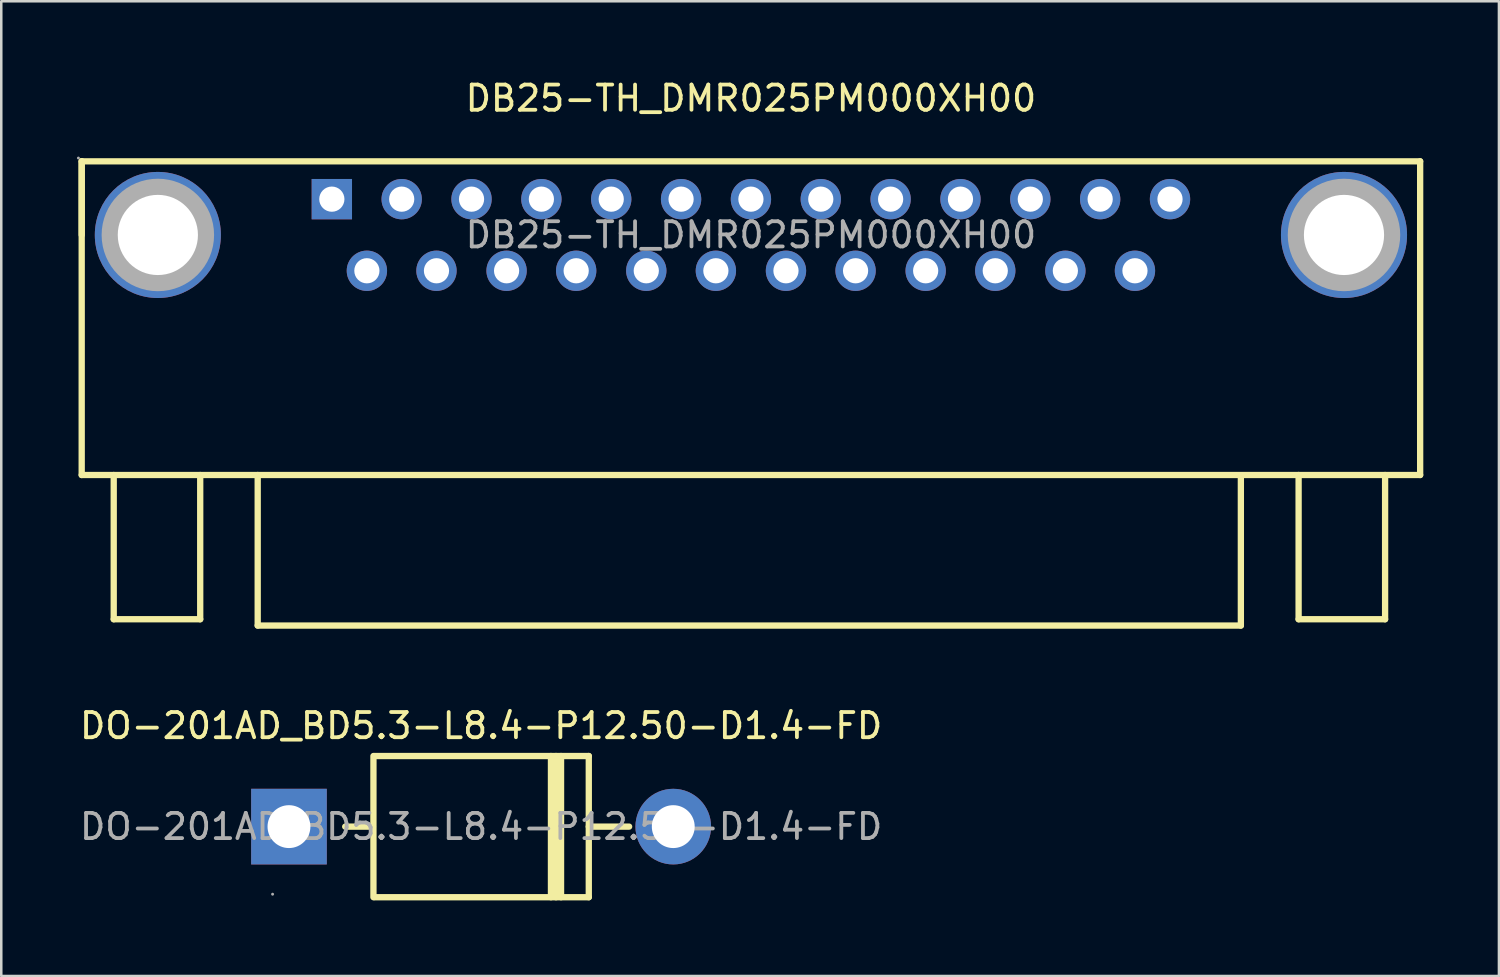
<source format=kicad_pcb>
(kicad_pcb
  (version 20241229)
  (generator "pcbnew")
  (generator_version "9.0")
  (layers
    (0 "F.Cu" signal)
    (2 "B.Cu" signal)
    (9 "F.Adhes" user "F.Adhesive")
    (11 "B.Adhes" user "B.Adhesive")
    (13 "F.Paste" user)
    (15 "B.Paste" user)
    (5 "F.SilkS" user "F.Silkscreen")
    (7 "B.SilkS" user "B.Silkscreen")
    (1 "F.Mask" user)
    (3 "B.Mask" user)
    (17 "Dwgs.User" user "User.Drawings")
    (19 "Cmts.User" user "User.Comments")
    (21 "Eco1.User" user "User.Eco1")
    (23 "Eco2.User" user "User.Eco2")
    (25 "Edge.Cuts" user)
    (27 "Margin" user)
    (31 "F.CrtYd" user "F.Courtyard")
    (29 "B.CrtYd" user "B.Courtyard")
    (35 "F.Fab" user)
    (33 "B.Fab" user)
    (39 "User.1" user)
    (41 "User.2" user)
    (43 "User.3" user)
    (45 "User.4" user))
  (footprint "DO-201AD_BD5.3-L8.4-P12.50-D1.4-FD"
    (layer "F.Cu")
    (at 16.03 29.732)
    (property "Reference" "DO-201AD_BD5.3-L8.4-P12.50-D1.4-FD" (at 0 -4 0) (layer "F.SilkS") (effects (font (size 1 1) (thickness 0.15))))
    (attr smd)
    (fp_line (start -5.39 0) (end -4.29 0) (stroke (width 0.25) (type solid)) (layer "F.SilkS"))
    (fp_line (start -4.27 2.8) (end -4.27 -2.8) (stroke (width 0.25) (type solid)) (layer "F.SilkS"))
    (fp_line (start -4.23 -2.8) (end 4.27 -2.8) (stroke (width 0.25) (type solid)) (layer "F.SilkS"))
    (fp_line (start 2.77 -2.8) (end 2.77 2.8) (stroke (width 0.25) (type solid)) (layer "F.SilkS"))
    (fp_line (start 2.97 -2.8) (end 2.97 2.8) (stroke (width 0.25) (type solid)) (layer "F.SilkS"))
    (fp_line (start 3.17 -2.8) (end 3.17 2.8) (stroke (width 0.25) (type solid)) (layer "F.SilkS"))
    (fp_line (start 4.27 -2.8) (end 4.27 2.8) (stroke (width 0.25) (type solid)) (layer "F.SilkS"))
    (fp_line (start 4.27 0) (end 5.87 0) (stroke (width 0.25) (type solid)) (layer "F.SilkS"))
    (fp_line (start 4.27 2.8) (end -4.23 2.8) (stroke (width 0.25) (type solid)) (layer "F.SilkS"))
    (fp_circle (center -8.27 2.68) (end -8.24 2.68) (stroke (width 0.06) (type solid)) (fill no) (layer "F.Fab"))
    (fp_circle (center -7.62 0) (end -7.29 0) (stroke (width 0.65) (type solid)) (fill no) (layer "F.Fab"))
    (fp_circle (center 7.62 0) (end 7.95 0) (stroke (width 0.65) (type solid)) (fill no) (layer "F.Fab"))
    (fp_text user "${REFERENCE}" (at 0 0 0) (layer "F.Fab") (effects (font (size 1 1) (thickness 0.15))))
    (pad "1" thru_hole rect (at -7.62 0 180) (size 3 3) (drill 1.7) (layers "*.Cu" "*.Mask"))
    (pad "2" thru_hole circle (at 7.62 0 180) (size 3 3) (drill 1.7) (layers "*.Cu" "*.Mask")))
  (footprint "DB25-TH_DMR025PM000XH00"
    (layer "F.Cu")
    (at 26.73 6.268)
    (property "Reference" "DB25-TH_DMR025PM000XH00" (at 0 -5.42 0) (layer "F.SilkS") (effects (font (size 1 1) (thickness 0.15))))
    (attr through_hole)
    (fp_line (start -26.54 -2.92) (end 26.54 -2.92) (stroke (width 0.25) (type solid)) (layer "F.SilkS"))
    (fp_line (start -26.54 0) (end -26.54 -2.92) (stroke (width 0.25) (type solid)) (layer "F.SilkS"))
    (fp_line (start -26.54 9.52) (end -26.54 -2.92) (stroke (width 0.25) (type solid)) (layer "F.SilkS"))
    (fp_line (start -25.27 9.52) (end -25.27 15.24) (stroke (width 0.25) (type solid)) (layer "F.SilkS"))
    (fp_line (start -25.27 15.24) (end -21.84 15.24) (stroke (width 0.25) (type solid)) (layer "F.SilkS"))
    (fp_line (start -21.84 15.24) (end -21.84 9.52) (stroke (width 0.25) (type solid)) (layer "F.SilkS"))
    (fp_line (start -19.56 9.52) (end -19.56 15.49) (stroke (width 0.25) (type solid)) (layer "F.SilkS"))
    (fp_line (start -19.56 15.49) (end 19.43 15.49) (stroke (width 0.25) (type solid)) (layer "F.SilkS"))
    (fp_line (start 19.43 15.49) (end 19.43 9.65) (stroke (width 0.25) (type solid)) (layer "F.SilkS"))
    (fp_line (start 21.72 15.24) (end 21.72 9.52) (stroke (width 0.25) (type solid)) (layer "F.SilkS"))
    (fp_line (start 25.15 9.52) (end 25.15 15.24) (stroke (width 0.25) (type solid)) (layer "F.SilkS"))
    (fp_line (start 25.15 15.24) (end 21.72 15.24) (stroke (width 0.25) (type solid)) (layer "F.SilkS"))
    (fp_line (start 26.54 -2.92) (end 26.54 9.52) (stroke (width 0.25) (type solid)) (layer "F.SilkS"))
    (fp_line (start 26.54 9.52) (end -26.54 9.52) (stroke (width 0.25) (type solid)) (layer "F.SilkS"))
    (fp_circle (center -26.67 -3.05) (end -26.64 -3.05) (stroke (width 0.06) (type solid)) (fill no) (layer "F.Fab"))
    (fp_circle (center -23.52 0) (end -22.78 0) (stroke (width 1.49) (type solid)) (fill no) (layer "F.Fab"))
    (fp_circle (center -16.62 -1.42) (end -16.42 -1.42) (stroke (width 0.4) (type solid)) (fill no) (layer "F.Fab"))
    (fp_circle (center -15.23 1.42) (end -15.03 1.42) (stroke (width 0.4) (type solid)) (fill no) (layer "F.Fab"))
    (fp_circle (center -13.85 -1.42) (end -13.65 -1.42) (stroke (width 0.4) (type solid)) (fill no) (layer "F.Fab"))
    (fp_circle (center -12.47 1.42) (end -12.27 1.42) (stroke (width 0.4) (type solid)) (fill no) (layer "F.Fab"))
    (fp_circle (center -11.08 -1.42) (end -10.88 -1.42) (stroke (width 0.4) (type solid)) (fill no) (layer "F.Fab"))
    (fp_circle (center -9.69 1.42) (end -9.49 1.42) (stroke (width 0.4) (type solid)) (fill no) (layer "F.Fab"))
    (fp_circle (center -8.31 -1.42) (end -8.11 -1.42) (stroke (width 0.4) (type solid)) (fill no) (layer "F.Fab"))
    (fp_circle (center -6.93 1.42) (end -6.73 1.42) (stroke (width 0.4) (type solid)) (fill no) (layer "F.Fab"))
    (fp_circle (center -5.54 -1.42) (end -5.34 -1.42) (stroke (width 0.4) (type solid)) (fill no) (layer "F.Fab"))
    (fp_circle (center -4.15 1.42) (end -3.95 1.42) (stroke (width 0.4) (type solid)) (fill no) (layer "F.Fab"))
    (fp_circle (center -2.77 -1.42) (end -2.57 -1.42) (stroke (width 0.4) (type solid)) (fill no) (layer "F.Fab"))
    (fp_circle (center -1.39 1.42) (end -1.19 1.42) (stroke (width 0.4) (type solid)) (fill no) (layer "F.Fab"))
    (fp_circle (center 0 -1.42) (end 0.2 -1.42) (stroke (width 0.4) (type solid)) (fill no) (layer "F.Fab"))
    (fp_circle (center 1.39 1.42) (end 1.59 1.42) (stroke (width 0.4) (type solid)) (fill no) (layer "F.Fab"))
    (fp_circle (center 2.77 -1.42) (end 2.97 -1.42) (stroke (width 0.4) (type solid)) (fill no) (layer "F.Fab"))
    (fp_circle (center 4.15 1.42) (end 4.35 1.42) (stroke (width 0.4) (type solid)) (fill no) (layer "F.Fab"))
    (fp_circle (center 5.54 -1.42) (end 5.74 -1.42) (stroke (width 0.4) (type solid)) (fill no) (layer "F.Fab"))
    (fp_circle (center 6.93 1.42) (end 7.13 1.42) (stroke (width 0.4) (type solid)) (fill no) (layer "F.Fab"))
    (fp_circle (center 8.31 -1.42) (end 8.51 -1.42) (stroke (width 0.4) (type solid)) (fill no) (layer "F.Fab"))
    (fp_circle (center 9.69 1.42) (end 9.89 1.42) (stroke (width 0.4) (type solid)) (fill no) (layer "F.Fab"))
    (fp_circle (center 11.08 -1.42) (end 11.28 -1.42) (stroke (width 0.4) (type solid)) (fill no) (layer "F.Fab"))
    (fp_circle (center 12.47 1.42) (end 12.67 1.42) (stroke (width 0.4) (type solid)) (fill no) (layer "F.Fab"))
    (fp_circle (center 13.85 -1.42) (end 14.05 -1.42) (stroke (width 0.4) (type solid)) (fill no) (layer "F.Fab"))
    (fp_circle (center 15.23 1.42) (end 15.43 1.42) (stroke (width 0.4) (type solid)) (fill no) (layer "F.Fab"))
    (fp_circle (center 16.62 -1.42) (end 16.82 -1.42) (stroke (width 0.4) (type solid)) (fill no) (layer "F.Fab"))
    (fp_circle (center 23.52 0) (end 24.26 0) (stroke (width 1.49) (type solid)) (fill no) (layer "F.Fab"))
    (fp_text user "${REFERENCE}" (at 0 0 0) (layer "F.Fab") (effects (font (size 1 1) (thickness 0.15))))
    (pad "1" thru_hole rect (at -16.62 -1.42) (size 1.6 1.6) (drill 1) (layers "*.Cu" "*.Mask"))
    (pad "2" thru_hole circle (at -13.85 -1.42) (size 1.6 1.6) (drill 1) (layers "*.Cu" "*.Mask"))
    (pad "3" thru_hole circle (at -11.08 -1.42) (size 1.6 1.6) (drill 1) (layers "*.Cu" "*.Mask"))
    (pad "4" thru_hole circle (at -8.31 -1.42) (size 1.6 1.6) (drill 1) (layers "*.Cu" "*.Mask"))
    (pad "5" thru_hole circle (at -5.54 -1.42) (size 1.6 1.6) (drill 1) (layers "*.Cu" "*.Mask"))
    (pad "6" thru_hole circle (at -2.77 -1.42) (size 1.6 1.6) (drill 1) (layers "*.Cu" "*.Mask"))
    (pad "7" thru_hole circle (at 0 -1.42) (size 1.6 1.6) (drill 1) (layers "*.Cu" "*.Mask"))
    (pad "8" thru_hole circle (at 2.77 -1.42) (size 1.6 1.6) (drill 1) (layers "*.Cu" "*.Mask"))
    (pad "9" thru_hole circle (at 5.54 -1.42) (size 1.6 1.6) (drill 1) (layers "*.Cu" "*.Mask"))
    (pad "10" thru_hole circle (at 8.31 -1.42) (size 1.6 1.6) (drill 1) (layers "*.Cu" "*.Mask"))
    (pad "11" thru_hole circle (at 11.08 -1.42) (size 1.6 1.6) (drill 1) (layers "*.Cu" "*.Mask"))
    (pad "12" thru_hole circle (at 13.85 -1.42) (size 1.6 1.6) (drill 1) (layers "*.Cu" "*.Mask"))
    (pad "13" thru_hole circle (at 16.62 -1.42) (size 1.6 1.6) (drill 1) (layers "*.Cu" "*.Mask"))
    (pad "14" thru_hole circle (at -15.23 1.42) (size 1.6 1.6) (drill 1) (layers "*.Cu" "*.Mask"))
    (pad "15" thru_hole circle (at -12.47 1.42) (size 1.6 1.6) (drill 1) (layers "*.Cu" "*.Mask"))
    (pad "16" thru_hole circle (at -9.69 1.42) (size 1.6 1.6) (drill 1) (layers "*.Cu" "*.Mask"))
    (pad "17" thru_hole circle (at -6.93 1.42) (size 1.6 1.6) (drill 1) (layers "*.Cu" "*.Mask"))
    (pad "18" thru_hole circle (at -4.15 1.42) (size 1.6 1.6) (drill 1) (layers "*.Cu" "*.Mask"))
    (pad "19" thru_hole circle (at -1.39 1.42) (size 1.6 1.6) (drill 1) (layers "*.Cu" "*.Mask"))
    (pad "20" thru_hole circle (at 1.39 1.42) (size 1.6 1.6) (drill 1) (layers "*.Cu" "*.Mask"))
    (pad "21" thru_hole circle (at 4.15 1.42) (size 1.6 1.6) (drill 1) (layers "*.Cu" "*.Mask"))
    (pad "22" thru_hole circle (at 6.93 1.42) (size 1.6 1.6) (drill 1) (layers "*.Cu" "*.Mask"))
    (pad "23" thru_hole circle (at 9.69 1.42) (size 1.6 1.6) (drill 1) (layers "*.Cu" "*.Mask"))
    (pad "24" thru_hole circle (at 12.47 1.42) (size 1.6 1.6) (drill 1) (layers "*.Cu" "*.Mask"))
    (pad "25" thru_hole circle (at 15.23 1.42) (size 1.6 1.6) (drill 1) (layers "*.Cu" "*.Mask"))
    (pad "26" thru_hole circle (at 23.52 0) (size 5 5) (drill 3.18) (layers "*.Cu" "*.Mask"))
    (pad "27" thru_hole circle (at -23.52 0) (size 5 5) (drill 3.18) (layers "*.Cu" "*.Mask")))
  (gr_rect
    (start -3 -3)
    (end 56.395 35.657)
    (stroke (width 0.1) (type default))
    (fill no)
    (layer "Edge.Cuts")))
</source>
